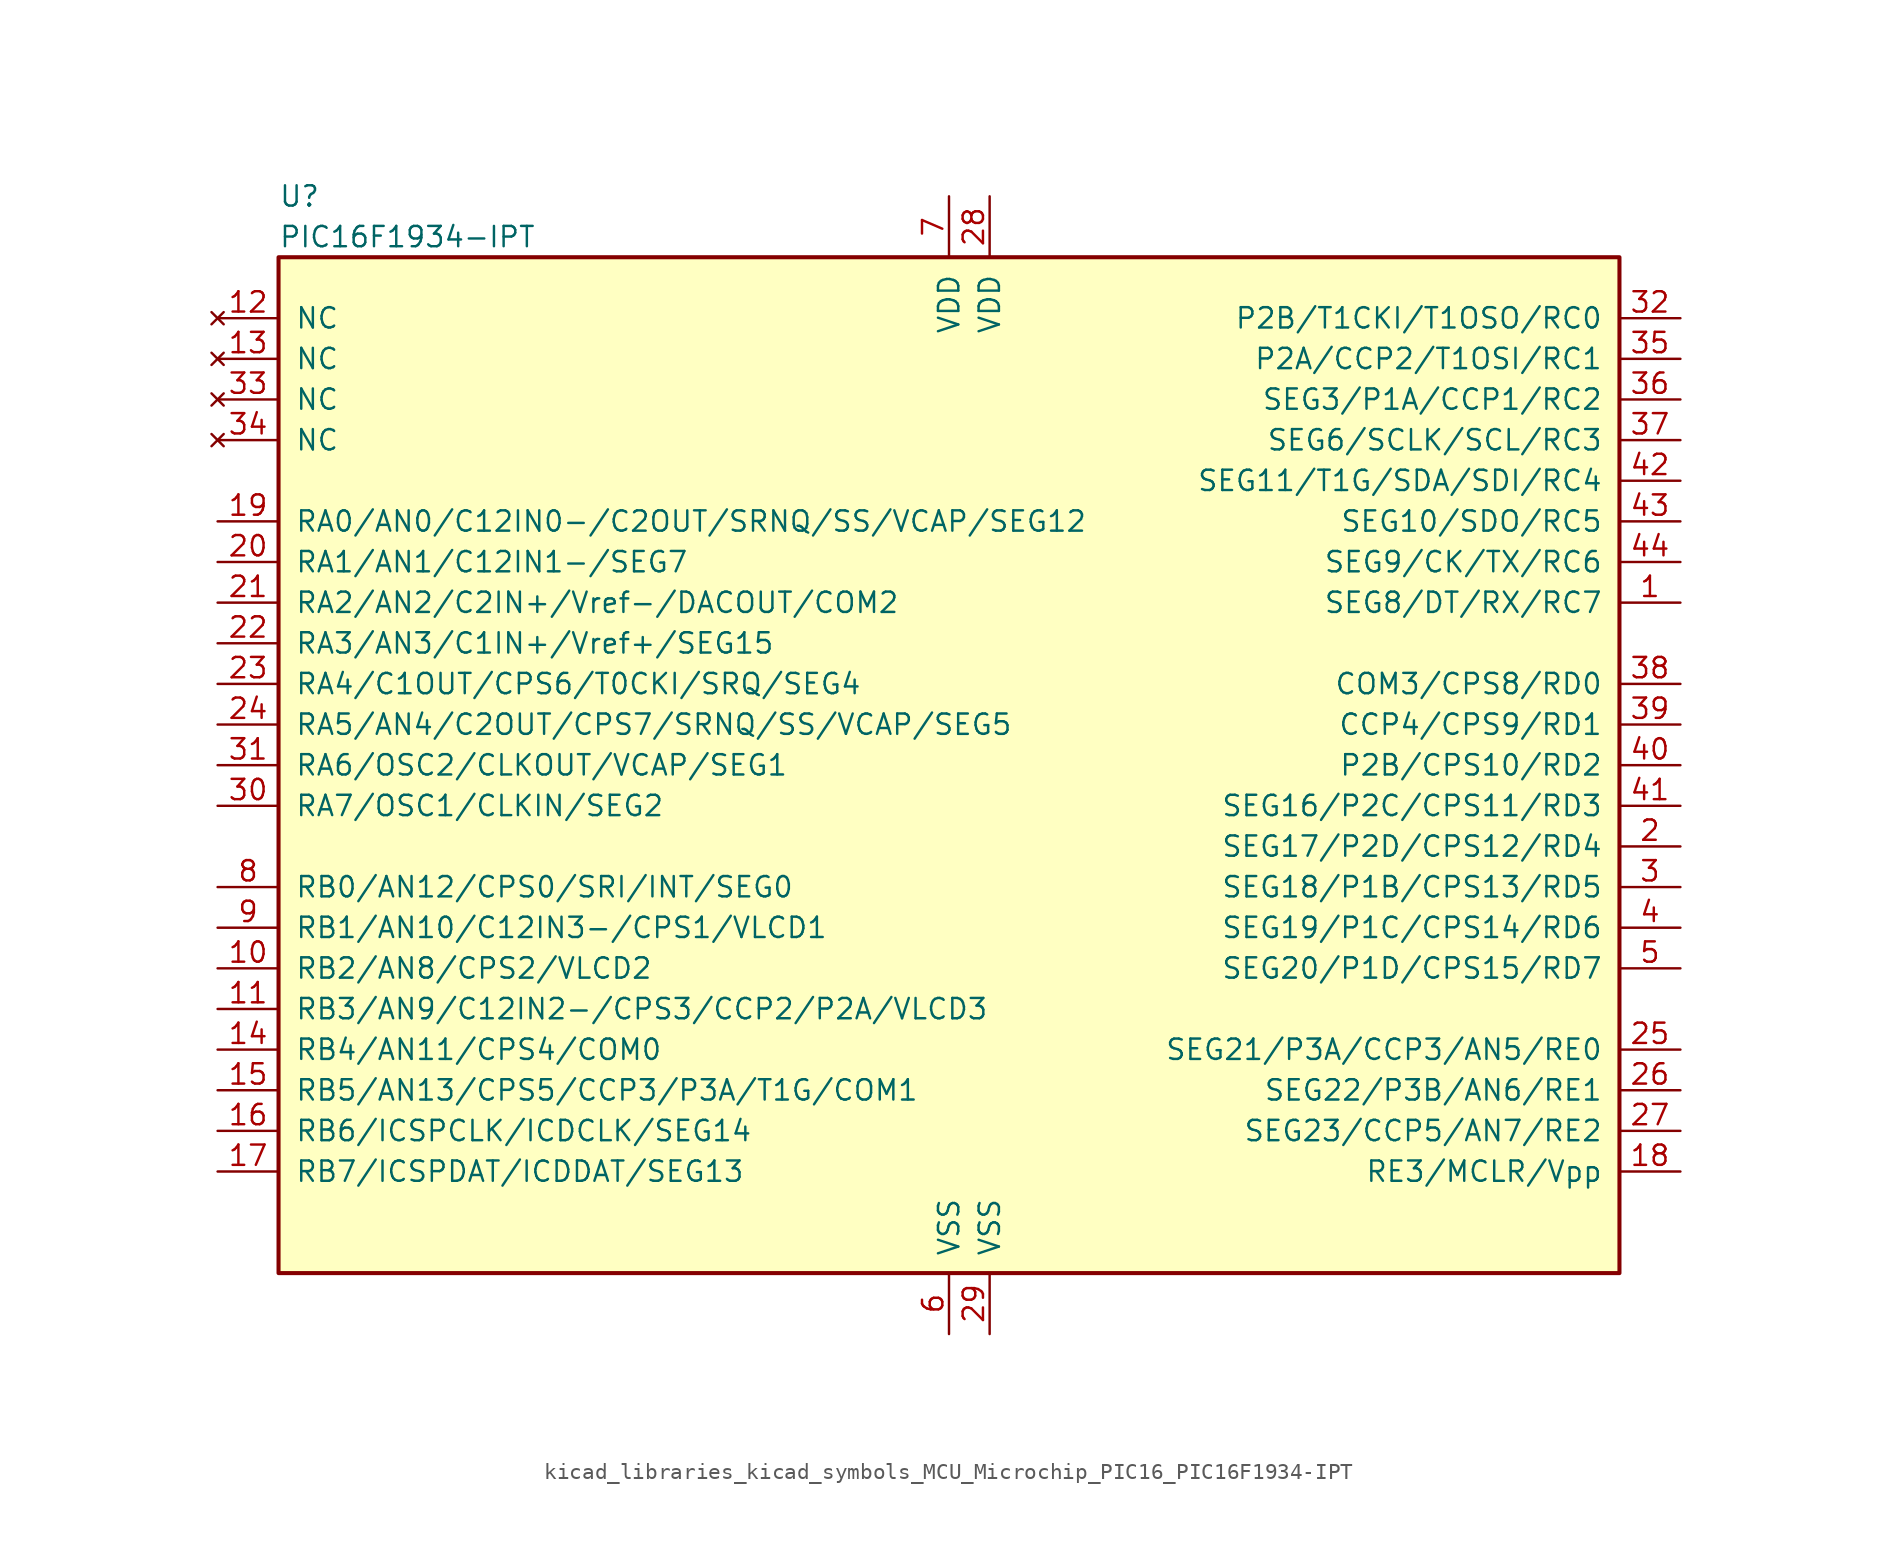
<source format=kicad_sym>
(kicad_symbol_lib
  (version 20220914)
  (generator kicad_symbol_editor)
  (symbol "kicad_libraries_kicad_symbols_MCU_Microchip_PIC16_PIC16F1934-IPT"
    (pin_names
      (offset 1.016))
    (property "Reference" "U"
      (at -41.91 35.56 0)
      (effects (font (size 1.27 1.27)) (justify left)))
    (property "Value" "PIC16F1934-IPT"
      (at -41.91 33.02 0)
      (effects (font (size 1.27 1.27)) (justify left)))
    (symbol "kicad_libraries_kicad_symbols_MCU_Microchip_PIC16_PIC16F1934-IPT_0_1"
      (rectangle (start -41.91 31.75) (end 41.91 -31.75) (stroke (width 0.254) (type default)) (fill (type background))))
    (symbol "kicad_libraries_kicad_symbols_MCU_Microchip_PIC16_PIC16F1934-IPT_1_1"
      (pin bidirectional line (at 45.72 10.16 180) (length 3.81) (name "SEG8/DT/RX/RC7" (effects (font (size 1.27 1.27)))) (number "1" (effects (font (size 1.27 1.27)))))
      (pin bidirectional line (at -45.72 -12.7 0) (length 3.81) (name "RB2/AN8/CPS2/VLCD2" (effects (font (size 1.27 1.27)))) (number "10" (effects (font (size 1.27 1.27)))))
      (pin bidirectional line (at -45.72 -15.24 0) (length 3.81) (name "RB3/AN9/C12IN2-/CPS3/CCP2/P2A/VLCD3" (effects (font (size 1.27 1.27)))) (number "11" (effects (font (size 1.27 1.27)))))
      (pin no_connect line (at -45.72 27.94 0) (length 3.81) (name "NC" (effects (font (size 1.27 1.27)))) (number "12" (effects (font (size 1.27 1.27)))))
      (pin no_connect line (at -45.72 25.4 0) (length 3.81) (name "NC" (effects (font (size 1.27 1.27)))) (number "13" (effects (font (size 1.27 1.27)))))
      (pin bidirectional line (at -45.72 -17.78 0) (length 3.81) (name "RB4/AN11/CPS4/COM0" (effects (font (size 1.27 1.27)))) (number "14" (effects (font (size 1.27 1.27)))))
      (pin bidirectional line (at -45.72 -20.32 0) (length 3.81) (name "RB5/AN13/CPS5/CCP3/P3A/T1G/COM1" (effects (font (size 1.27 1.27)))) (number "15" (effects (font (size 1.27 1.27)))))
      (pin bidirectional line (at -45.72 -22.86 0) (length 3.81) (name "RB6/ICSPCLK/ICDCLK/SEG14" (effects (font (size 1.27 1.27)))) (number "16" (effects (font (size 1.27 1.27)))))
      (pin bidirectional line (at -45.72 -25.4 0) (length 3.81) (name "RB7/ICSPDAT/ICDDAT/SEG13" (effects (font (size 1.27 1.27)))) (number "17" (effects (font (size 1.27 1.27)))))
      (pin bidirectional line (at 45.72 -25.4 180) (length 3.81) (name "RE3/MCLR/Vpp" (effects (font (size 1.27 1.27)))) (number "18" (effects (font (size 1.27 1.27)))))
      (pin bidirectional line (at -45.72 15.24 0) (length 3.81) (name "RA0/AN0/C12IN0-/C2OUT/SRNQ/SS/VCAP/SEG12" (effects (font (size 1.27 1.27)))) (number "19" (effects (font (size 1.27 1.27)))))
      (pin bidirectional line (at 45.72 -5.08 180) (length 3.81) (name "SEG17/P2D/CPS12/RD4" (effects (font (size 1.27 1.27)))) (number "2" (effects (font (size 1.27 1.27)))))
      (pin bidirectional line (at -45.72 12.7 0) (length 3.81) (name "RA1/AN1/C12IN1-/SEG7" (effects (font (size 1.27 1.27)))) (number "20" (effects (font (size 1.27 1.27)))))
      (pin bidirectional line (at -45.72 10.16 0) (length 3.81) (name "RA2/AN2/C2IN+/Vref-/DACOUT/COM2" (effects (font (size 1.27 1.27)))) (number "21" (effects (font (size 1.27 1.27)))))
      (pin bidirectional line (at -45.72 7.62 0) (length 3.81) (name "RA3/AN3/C1IN+/Vref+/SEG15" (effects (font (size 1.27 1.27)))) (number "22" (effects (font (size 1.27 1.27)))))
      (pin bidirectional line (at -45.72 5.08 0) (length 3.81) (name "RA4/C1OUT/CPS6/T0CKI/SRQ/SEG4" (effects (font (size 1.27 1.27)))) (number "23" (effects (font (size 1.27 1.27)))))
      (pin bidirectional line (at -45.72 2.54 0) (length 3.81) (name "RA5/AN4/C2OUT/CPS7/SRNQ/SS/VCAP/SEG5" (effects (font (size 1.27 1.27)))) (number "24" (effects (font (size 1.27 1.27)))))
      (pin bidirectional line (at 45.72 -17.78 180) (length 3.81) (name "SEG21/P3A/CCP3/AN5/RE0" (effects (font (size 1.27 1.27)))) (number "25" (effects (font (size 1.27 1.27)))))
      (pin bidirectional line (at 45.72 -20.32 180) (length 3.81) (name "SEG22/P3B/AN6/RE1" (effects (font (size 1.27 1.27)))) (number "26" (effects (font (size 1.27 1.27)))))
      (pin bidirectional line (at 45.72 -22.86 180) (length 3.81) (name "SEG23/CCP5/AN7/RE2" (effects (font (size 1.27 1.27)))) (number "27" (effects (font (size 1.27 1.27)))))
      (pin power_in line (at 2.54 35.56 270) (length 3.81) (name "VDD" (effects (font (size 1.27 1.27)))) (number "28" (effects (font (size 1.27 1.27)))))
      (pin power_in line (at 2.54 -35.56 90) (length 3.81) (name "VSS" (effects (font (size 1.27 1.27)))) (number "29" (effects (font (size 1.27 1.27)))))
      (pin bidirectional line (at 45.72 -7.62 180) (length 3.81) (name "SEG18/P1B/CPS13/RD5" (effects (font (size 1.27 1.27)))) (number "3" (effects (font (size 1.27 1.27)))))
      (pin bidirectional line (at -45.72 -2.54 0) (length 3.81) (name "RA7/OSC1/CLKIN/SEG2" (effects (font (size 1.27 1.27)))) (number "30" (effects (font (size 1.27 1.27)))))
      (pin bidirectional line (at -45.72 0 0) (length 3.81) (name "RA6/OSC2/CLKOUT/VCAP/SEG1" (effects (font (size 1.27 1.27)))) (number "31" (effects (font (size 1.27 1.27)))))
      (pin bidirectional line (at 45.72 27.94 180) (length 3.81) (name "P2B/T1CKI/T1OSO/RC0" (effects (font (size 1.27 1.27)))) (number "32" (effects (font (size 1.27 1.27)))))
      (pin no_connect line (at -45.72 22.86 0) (length 3.81) (name "NC" (effects (font (size 1.27 1.27)))) (number "33" (effects (font (size 1.27 1.27)))))
      (pin no_connect line (at -45.72 20.32 0) (length 3.81) (name "NC" (effects (font (size 1.27 1.27)))) (number "34" (effects (font (size 1.27 1.27)))))
      (pin bidirectional line (at 45.72 25.4 180) (length 3.81) (name "P2A/CCP2/T1OSI/RC1" (effects (font (size 1.27 1.27)))) (number "35" (effects (font (size 1.27 1.27)))))
      (pin bidirectional line (at 45.72 22.86 180) (length 3.81) (name "SEG3/P1A/CCP1/RC2" (effects (font (size 1.27 1.27)))) (number "36" (effects (font (size 1.27 1.27)))))
      (pin bidirectional line (at 45.72 20.32 180) (length 3.81) (name "SEG6/SCLK/SCL/RC3" (effects (font (size 1.27 1.27)))) (number "37" (effects (font (size 1.27 1.27)))))
      (pin bidirectional line (at 45.72 5.08 180) (length 3.81) (name "COM3/CPS8/RD0" (effects (font (size 1.27 1.27)))) (number "38" (effects (font (size 1.27 1.27)))))
      (pin bidirectional line (at 45.72 2.54 180) (length 3.81) (name "CCP4/CPS9/RD1" (effects (font (size 1.27 1.27)))) (number "39" (effects (font (size 1.27 1.27)))))
      (pin bidirectional line (at 45.72 -10.16 180) (length 3.81) (name "SEG19/P1C/CPS14/RD6" (effects (font (size 1.27 1.27)))) (number "4" (effects (font (size 1.27 1.27)))))
      (pin bidirectional line (at 45.72 0 180) (length 3.81) (name "P2B/CPS10/RD2" (effects (font (size 1.27 1.27)))) (number "40" (effects (font (size 1.27 1.27)))))
      (pin bidirectional line (at 45.72 -2.54 180) (length 3.81) (name "SEG16/P2C/CPS11/RD3" (effects (font (size 1.27 1.27)))) (number "41" (effects (font (size 1.27 1.27)))))
      (pin bidirectional line (at 45.72 17.78 180) (length 3.81) (name "SEG11/T1G/SDA/SDI/RC4" (effects (font (size 1.27 1.27)))) (number "42" (effects (font (size 1.27 1.27)))))
      (pin bidirectional line (at 45.72 15.24 180) (length 3.81) (name "SEG10/SDO/RC5" (effects (font (size 1.27 1.27)))) (number "43" (effects (font (size 1.27 1.27)))))
      (pin bidirectional line (at 45.72 12.7 180) (length 3.81) (name "SEG9/CK/TX/RC6" (effects (font (size 1.27 1.27)))) (number "44" (effects (font (size 1.27 1.27)))))
      (pin bidirectional line (at 45.72 -12.7 180) (length 3.81) (name "SEG20/P1D/CPS15/RD7" (effects (font (size 1.27 1.27)))) (number "5" (effects (font (size 1.27 1.27)))))
      (pin bidirectional line (at 0 -35.56 90) (length 3.81) (name "VSS" (effects (font (size 1.27 1.27)))) (number "6" (effects (font (size 1.27 1.27)))))
      (pin bidirectional line (at 0 35.56 270) (length 3.81) (name "VDD" (effects (font (size 1.27 1.27)))) (number "7" (effects (font (size 1.27 1.27)))))
      (pin bidirectional line (at -45.72 -7.62 0) (length 3.81) (name "RB0/AN12/CPS0/SRI/INT/SEG0" (effects (font (size 1.27 1.27)))) (number "8" (effects (font (size 1.27 1.27)))))
      (pin bidirectional line (at -45.72 -10.16 0) (length 3.81) (name "RB1/AN10/C12IN3-/CPS1/VLCD1" (effects (font (size 1.27 1.27)))) (number "9" (effects (font (size 1.27 1.27))))))))
</source>
